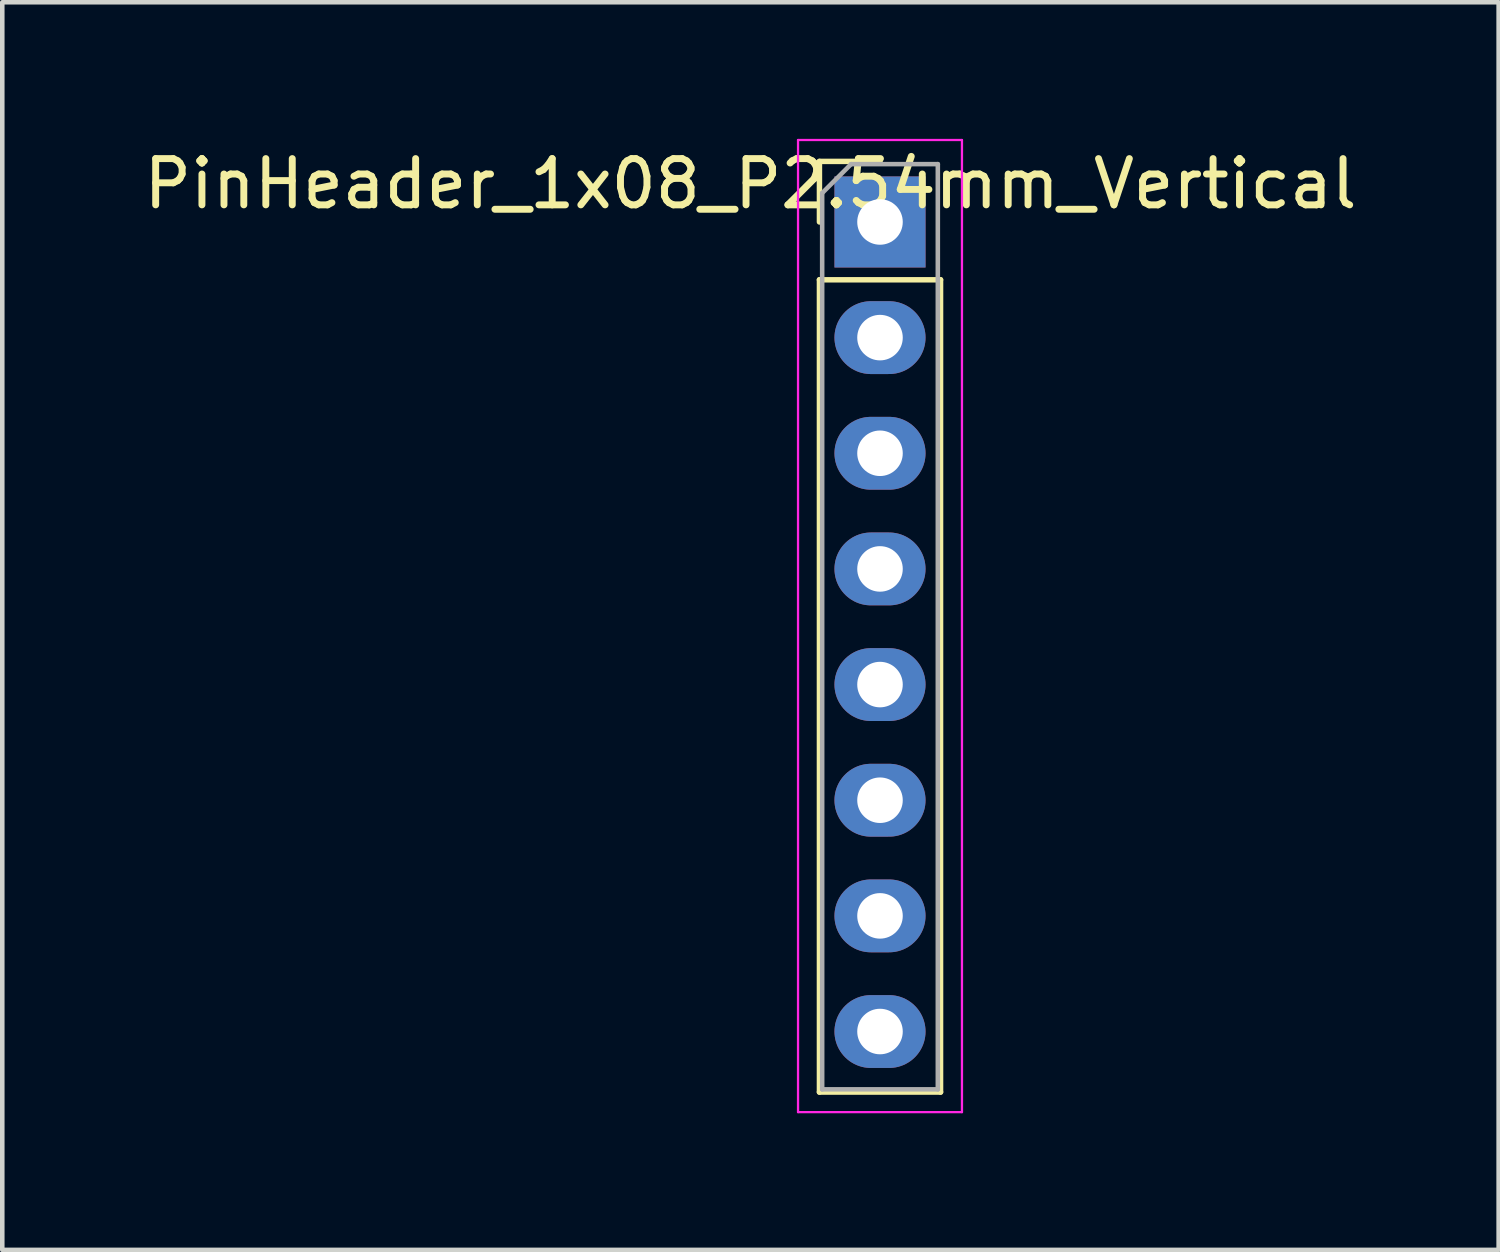
<source format=kicad_pcb>
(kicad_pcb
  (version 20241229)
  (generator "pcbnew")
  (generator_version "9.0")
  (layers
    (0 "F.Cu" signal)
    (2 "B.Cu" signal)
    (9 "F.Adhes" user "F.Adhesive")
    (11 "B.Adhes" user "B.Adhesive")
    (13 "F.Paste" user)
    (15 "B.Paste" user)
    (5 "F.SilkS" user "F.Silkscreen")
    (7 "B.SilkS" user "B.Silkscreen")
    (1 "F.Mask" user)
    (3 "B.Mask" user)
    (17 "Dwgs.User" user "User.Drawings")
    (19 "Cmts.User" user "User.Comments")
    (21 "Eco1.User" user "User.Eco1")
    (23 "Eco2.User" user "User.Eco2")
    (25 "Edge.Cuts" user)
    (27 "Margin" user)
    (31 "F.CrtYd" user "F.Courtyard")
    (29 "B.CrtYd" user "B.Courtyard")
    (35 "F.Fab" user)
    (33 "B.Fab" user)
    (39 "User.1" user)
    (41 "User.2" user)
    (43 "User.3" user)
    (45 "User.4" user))
  (footprint "PinHeader_1x08_P2.54mm_Vertical"
    (layer "F.Cu")
    (at 16.277 1.825)
    (property "Reference" "PinHeader_1x08_P2.54mm_Vertical" (at -2.845 -0.838 180) (layer "F.SilkS") (effects (font (size 1.016 1.016) (thickness 0.152))))
    (attr through_hole)
    (fp_line (start -1.33 -1.33) (end 0 -1.33) (stroke (width 0.12) (type solid)) (layer "F.SilkS"))
    (fp_line (start -1.33 0) (end -1.33 -1.33) (stroke (width 0.12) (type solid)) (layer "F.SilkS"))
    (fp_line (start -1.33 1.27) (end -1.33 19.11) (stroke (width 0.12) (type solid)) (layer "F.SilkS"))
    (fp_line (start -1.33 1.27) (end 1.33 1.27) (stroke (width 0.12) (type solid)) (layer "F.SilkS"))
    (fp_line (start -1.33 19.11) (end 1.33 19.11) (stroke (width 0.12) (type solid)) (layer "F.SilkS"))
    (fp_line (start 1.33 1.27) (end 1.33 19.11) (stroke (width 0.12) (type solid)) (layer "F.SilkS"))
    (fp_line (start -1.8 -1.8) (end -1.8 19.55) (stroke (width 0.05) (type solid)) (layer "F.CrtYd"))
    (fp_line (start -1.8 19.55) (end 1.8 19.55) (stroke (width 0.05) (type solid)) (layer "F.CrtYd"))
    (fp_line (start 1.8 -1.8) (end -1.8 -1.8) (stroke (width 0.05) (type solid)) (layer "F.CrtYd"))
    (fp_line (start 1.8 19.55) (end 1.8 -1.8) (stroke (width 0.05) (type solid)) (layer "F.CrtYd"))
    (fp_line (start -1.27 -0.635) (end -0.635 -1.27) (stroke (width 0.1) (type solid)) (layer "F.Fab"))
    (fp_line (start -1.27 19.05) (end -1.27 -0.635) (stroke (width 0.1) (type solid)) (layer "F.Fab"))
    (fp_line (start -0.635 -1.27) (end 1.27 -1.27) (stroke (width 0.1) (type solid)) (layer "F.Fab"))
    (fp_line (start 1.27 -1.27) (end 1.27 19.05) (stroke (width 0.1) (type solid)) (layer "F.Fab"))
    (fp_line (start 1.27 19.05) (end -1.27 19.05) (stroke (width 0.1) (type solid)) (layer "F.Fab"))
    (pad "1" thru_hole rect (at 0 0) (size 2 2) (drill 1) (layers "*.Cu" "*.Mask"))
    (pad "2" thru_hole oval (at 0 2.54) (size 2 1.6) (drill 1) (layers "*.Cu" "*.Mask"))
    (pad "3" thru_hole oval (at 0 5.08) (size 2 1.6) (drill 1) (layers "*.Cu" "*.Mask"))
    (pad "4" thru_hole oval (at 0 7.62) (size 2 1.6) (drill 1) (layers "*.Cu" "*.Mask"))
    (pad "5" thru_hole oval (at 0 10.16) (size 2 1.6) (drill 1) (layers "*.Cu" "*.Mask"))
    (pad "6" thru_hole oval (at 0 12.7) (size 2 1.6) (drill 1) (layers "*.Cu" "*.Mask"))
    (pad "7" thru_hole oval (at 0 15.24) (size 2 1.6) (drill 1) (layers "*.Cu" "*.Mask"))
    (pad "8" thru_hole oval (at 0 17.78) (size 2 1.6) (drill 1) (layers "*.Cu" "*.Mask")))
  (gr_rect
    (start -3 -3)
    (end 29.864 24.4)
    (stroke (width 0.1) (type default))
    (fill no)
    (layer "Edge.Cuts")))
</source>
